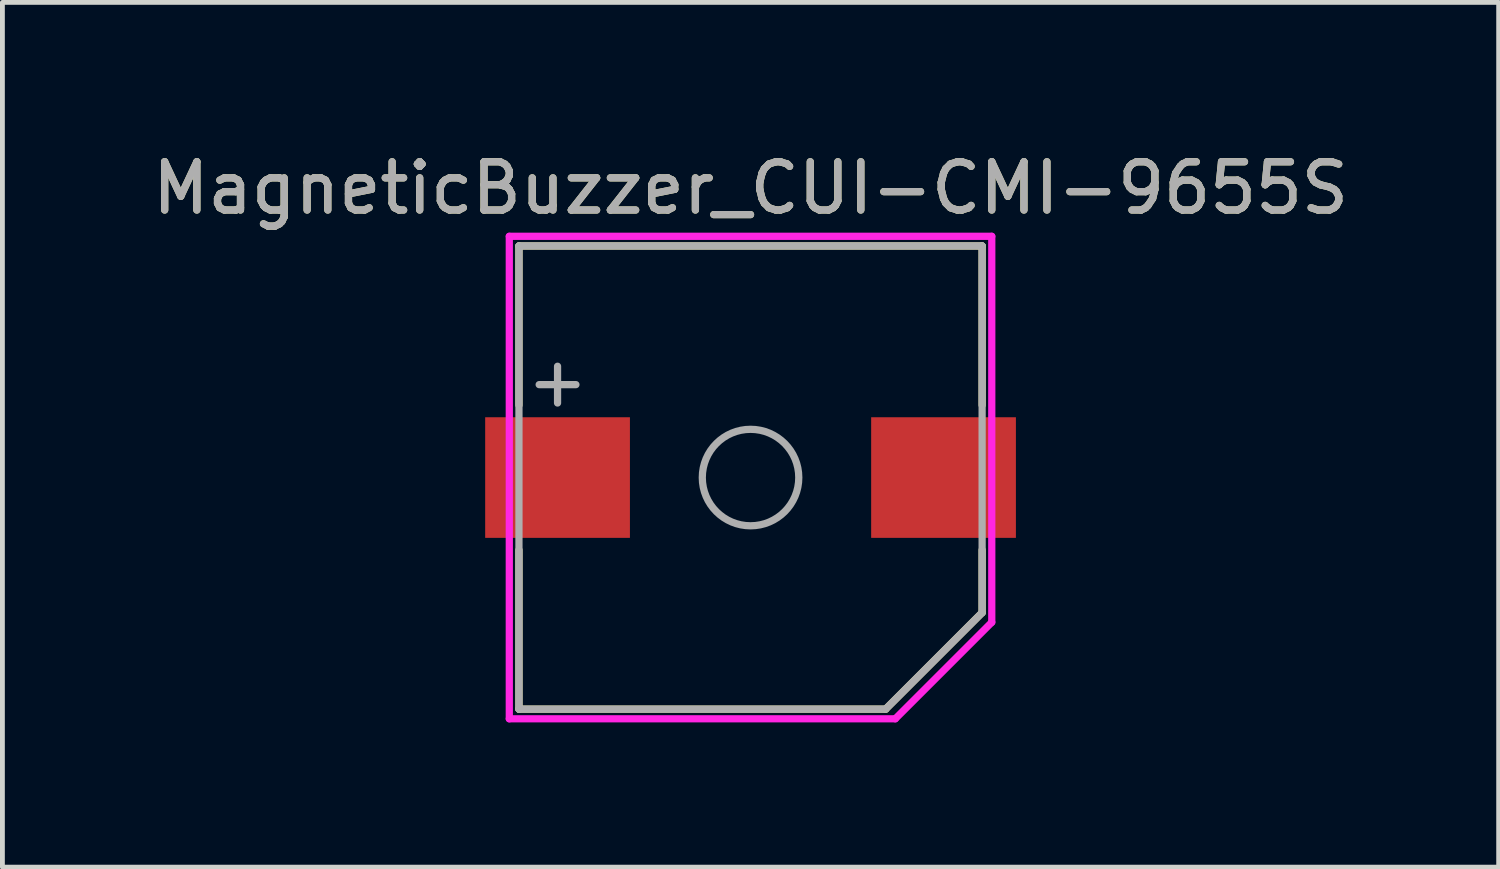
<source format=kicad_pcb>
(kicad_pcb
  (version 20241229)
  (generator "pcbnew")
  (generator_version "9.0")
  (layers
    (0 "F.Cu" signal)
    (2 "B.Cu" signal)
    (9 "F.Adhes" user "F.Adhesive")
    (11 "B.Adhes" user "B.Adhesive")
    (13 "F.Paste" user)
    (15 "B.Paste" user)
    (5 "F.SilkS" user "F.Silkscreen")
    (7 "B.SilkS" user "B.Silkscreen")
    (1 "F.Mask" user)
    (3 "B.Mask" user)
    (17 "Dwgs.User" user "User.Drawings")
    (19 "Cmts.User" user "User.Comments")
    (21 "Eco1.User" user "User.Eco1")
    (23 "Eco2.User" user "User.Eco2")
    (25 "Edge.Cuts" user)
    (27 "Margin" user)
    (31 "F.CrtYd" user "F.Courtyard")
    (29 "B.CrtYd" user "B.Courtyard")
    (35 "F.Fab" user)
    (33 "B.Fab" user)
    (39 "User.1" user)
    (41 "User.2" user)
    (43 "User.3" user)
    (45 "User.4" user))
  (footprint "MagneticBuzzer_CUI-CMI-9655S"
    (layer "F.Cu")
    (at 12.506 6.848)
    (property "Reference" "MagneticBuzzer_CUI-CMI-9655S" (at 0 -6 0) (layer "F.SilkS") (effects (font (size 1 1) (thickness 0.15))))
    (attr through_hole)
    (fp_line (start -4.8 -4.8) (end -4.8 -1.5) (stroke (width 0.15) (type solid)) (layer "F.SilkS"))
    (fp_line (start -4.8 -4.8) (end 4.8 -4.8) (stroke (width 0.15) (type solid)) (layer "F.SilkS"))
    (fp_line (start -4.8 4.8) (end -4.8 1.5) (stroke (width 0.15) (type solid)) (layer "F.SilkS"))
    (fp_line (start 2.8 4.8) (end -4.8 4.8) (stroke (width 0.15) (type solid)) (layer "F.SilkS"))
    (fp_line (start 2.8 4.8) (end 4.8 2.8) (stroke (width 0.15) (type solid)) (layer "F.SilkS"))
    (fp_line (start 4.8 -4.8) (end 4.8 -1.5) (stroke (width 0.15) (type solid)) (layer "F.SilkS"))
    (fp_line (start 4.8 1.5) (end 4.8 2.8) (stroke (width 0.15) (type solid)) (layer "F.SilkS"))
    (fp_line (start -5 -5) (end 5 -5) (stroke (width 0.15) (type solid)) (layer "F.CrtYd"))
    (fp_line (start -5 5) (end -5 -5) (stroke (width 0.15) (type solid)) (layer "F.CrtYd"))
    (fp_line (start 3 5) (end -5 5) (stroke (width 0.15) (type solid)) (layer "F.CrtYd"))
    (fp_line (start 5 -5) (end 5 3) (stroke (width 0.15) (type solid)) (layer "F.CrtYd"))
    (fp_line (start 5 3) (end 3 5) (stroke (width 0.15) (type solid)) (layer "F.CrtYd"))
    (fp_line (start -4.8 -4.8) (end -4.8 4.8) (stroke (width 0.15) (type solid)) (layer "F.Fab"))
    (fp_line (start -4.8 4.8) (end 2.8 4.8) (stroke (width 0.15) (type solid)) (layer "F.Fab"))
    (fp_line (start 4.8 -4.8) (end -4.8 -4.8) (stroke (width 0.15) (type solid)) (layer "F.Fab"))
    (fp_line (start 4.8 -4.8) (end 4.8 2.8) (stroke (width 0.15) (type solid)) (layer "F.Fab"))
    (fp_line (start 4.8 2.8) (end 2.8 4.8) (stroke (width 0.15) (type solid)) (layer "F.Fab"))
    (fp_circle (center 0 0) (end 1 0) (stroke (width 0.15) (type solid)) (fill no) (layer "F.Fab"))
    (fp_text user "+" (at -4 -2 0) (layer "F.Fab") (effects (font (size 1 1) (thickness 0.15))))
    (fp_text user "${REFERENCE}" (at 0 -6 0) (layer "F.Fab") (effects (font (size 1 1) (thickness 0.15))))
    (pad "1" smd rect (at -4 0) (size 3 2.5) (layers "F.Cu" "F.Mask" "F.Paste"))
    (pad "2" smd rect (at 4 0) (size 3 2.5) (layers "F.Cu" "F.Mask" "F.Paste")))
  (gr_rect
    (start -3 -3)
    (end 28.012 14.923)
    (stroke (width 0.1) (type default))
    (fill no)
    (layer "Edge.Cuts")))
</source>
